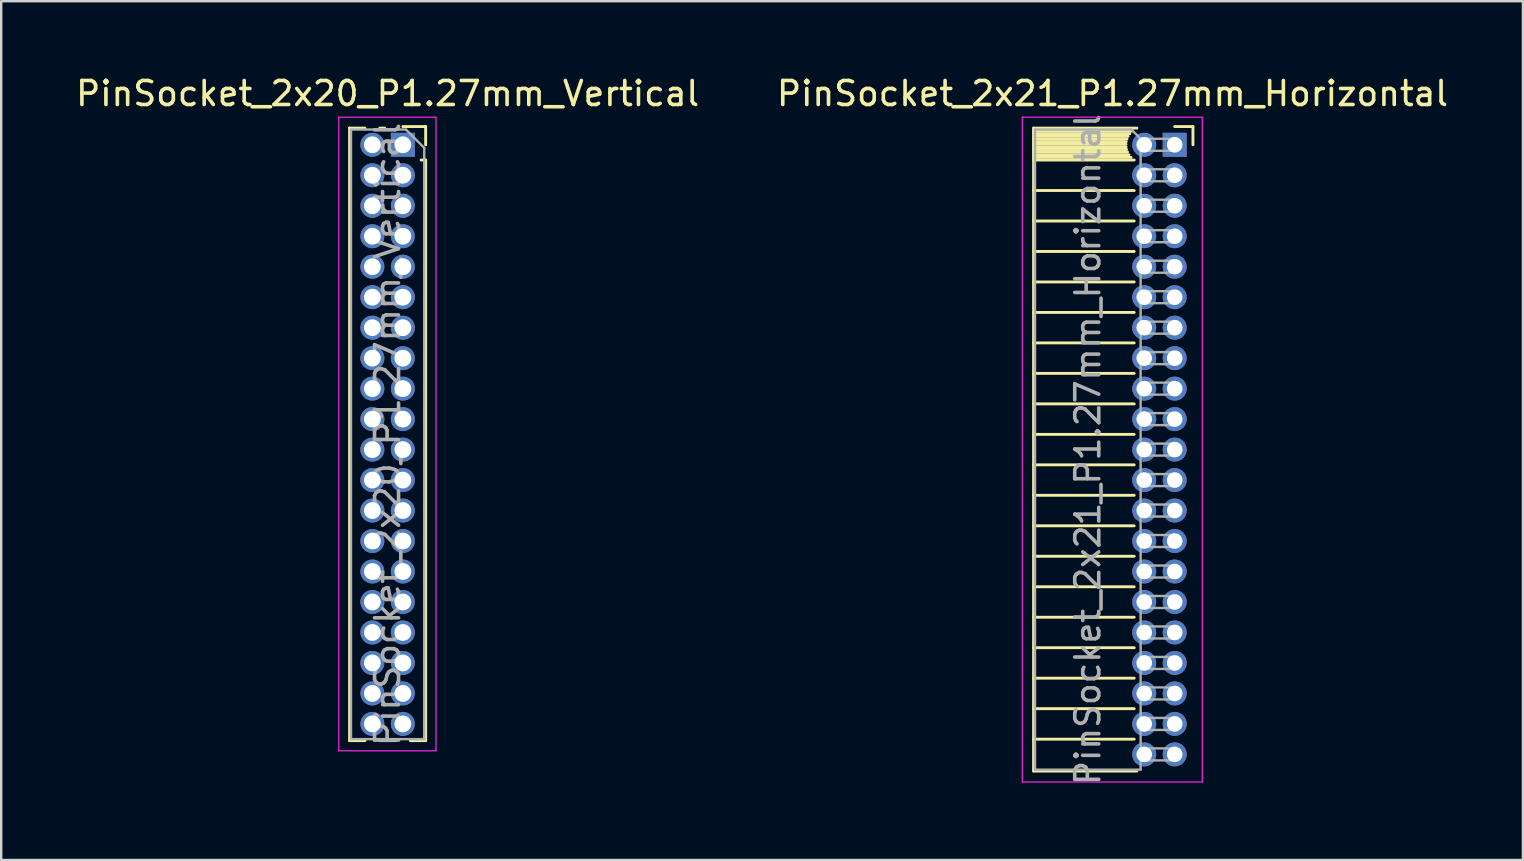
<source format=kicad_pcb>
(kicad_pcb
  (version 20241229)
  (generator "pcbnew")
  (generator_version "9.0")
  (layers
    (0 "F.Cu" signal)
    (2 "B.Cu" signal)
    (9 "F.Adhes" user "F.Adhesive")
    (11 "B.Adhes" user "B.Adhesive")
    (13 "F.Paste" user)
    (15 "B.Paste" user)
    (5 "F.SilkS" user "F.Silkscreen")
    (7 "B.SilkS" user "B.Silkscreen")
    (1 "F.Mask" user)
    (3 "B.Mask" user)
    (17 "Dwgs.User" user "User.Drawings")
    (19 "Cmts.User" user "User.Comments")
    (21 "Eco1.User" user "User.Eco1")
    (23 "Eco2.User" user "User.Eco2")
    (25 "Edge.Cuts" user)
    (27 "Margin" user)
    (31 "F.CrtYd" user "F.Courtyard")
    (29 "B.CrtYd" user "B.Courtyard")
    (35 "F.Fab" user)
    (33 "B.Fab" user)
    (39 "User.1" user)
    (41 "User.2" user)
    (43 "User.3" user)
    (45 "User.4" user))
  (footprint "PinSocket_2x20_P1.27mm_Vertical"
    (layer "F.Cu")
    (at 13.736 2.983)
    (property "Reference" "PinSocket_2x20_P1.27mm_Vertical" (at -0.635 -2.135 0) (layer "F.SilkS") (effects (font (size 1 1) (thickness 0.15))))
    (attr through_hole)
    (fp_line (start -2.22 -0.695) (end -2.22 24.825) (stroke (width 0.12) (type solid)) (layer "F.SilkS"))
    (fp_line (start -2.22 -0.695) (end -1.578 -0.695) (stroke (width 0.12) (type solid)) (layer "F.SilkS"))
    (fp_line (start -2.22 24.825) (end -1.578 24.825) (stroke (width 0.12) (type solid)) (layer "F.SilkS"))
    (fp_line (start -0.962 -0.695) (end -0.76 -0.695) (stroke (width 0.12) (type solid)) (layer "F.SilkS"))
    (fp_line (start -0.962 24.825) (end -0.308 24.825) (stroke (width 0.12) (type solid)) (layer "F.SilkS"))
    (fp_line (start 0 -0.76) (end 0.95 -0.76) (stroke (width 0.12) (type solid)) (layer "F.SilkS"))
    (fp_line (start 0.308 24.825) (end 0.95 24.825) (stroke (width 0.12) (type solid)) (layer "F.SilkS"))
    (fp_line (start 0.76 0.635) (end 0.95 0.635) (stroke (width 0.12) (type solid)) (layer "F.SilkS"))
    (fp_line (start 0.95 -0.76) (end 0.95 0) (stroke (width 0.12) (type solid)) (layer "F.SilkS"))
    (fp_line (start 0.95 0.635) (end 0.95 24.825) (stroke (width 0.12) (type solid)) (layer "F.SilkS"))
    (fp_line (start -2.67 -1.15) (end 1.38 -1.15) (stroke (width 0.05) (type solid)) (layer "F.CrtYd"))
    (fp_line (start -2.67 25.25) (end -2.67 -1.15) (stroke (width 0.05) (type solid)) (layer "F.CrtYd"))
    (fp_line (start 1.38 -1.15) (end 1.38 25.25) (stroke (width 0.05) (type solid)) (layer "F.CrtYd"))
    (fp_line (start 1.38 25.25) (end -2.67 25.25) (stroke (width 0.05) (type solid)) (layer "F.CrtYd"))
    (fp_line (start -2.16 -0.635) (end 0.128 -0.635) (stroke (width 0.1) (type solid)) (layer "F.Fab"))
    (fp_line (start -2.16 24.765) (end -2.16 -0.635) (stroke (width 0.1) (type solid)) (layer "F.Fab"))
    (fp_line (start 0.128 -0.635) (end 0.89 0.128) (stroke (width 0.1) (type solid)) (layer "F.Fab"))
    (fp_line (start 0.89 0.128) (end 0.89 24.765) (stroke (width 0.1) (type solid)) (layer "F.Fab"))
    (fp_line (start 0.89 24.765) (end -2.16 24.765) (stroke (width 0.1) (type solid)) (layer "F.Fab"))
    (fp_text user "${REFERENCE}" (at -0.635 12.065 90) (layer "F.Fab") (effects (font (size 1 1) (thickness 0.15))))
    (pad "1" thru_hole rect (at 0 0) (size 1 1) (drill 0.7) (layers "*.Cu" "*.Mask"))
    (pad "2" thru_hole circle (at -1.27 0) (size 1 1) (drill 0.7) (layers "*.Cu" "*.Mask"))
    (pad "3" thru_hole circle (at 0 1.27) (size 1 1) (drill 0.7) (layers "*.Cu" "*.Mask"))
    (pad "4" thru_hole circle (at -1.27 1.27) (size 1 1) (drill 0.7) (layers "*.Cu" "*.Mask"))
    (pad "5" thru_hole circle (at 0 2.54) (size 1 1) (drill 0.7) (layers "*.Cu" "*.Mask"))
    (pad "6" thru_hole circle (at -1.27 2.54) (size 1 1) (drill 0.7) (layers "*.Cu" "*.Mask"))
    (pad "7" thru_hole circle (at 0 3.81) (size 1 1) (drill 0.7) (layers "*.Cu" "*.Mask"))
    (pad "8" thru_hole circle (at -1.27 3.81) (size 1 1) (drill 0.7) (layers "*.Cu" "*.Mask"))
    (pad "9" thru_hole circle (at 0 5.08) (size 1 1) (drill 0.7) (layers "*.Cu" "*.Mask"))
    (pad "10" thru_hole circle (at -1.27 5.08) (size 1 1) (drill 0.7) (layers "*.Cu" "*.Mask"))
    (pad "11" thru_hole circle (at 0 6.35) (size 1 1) (drill 0.7) (layers "*.Cu" "*.Mask"))
    (pad "12" thru_hole circle (at -1.27 6.35) (size 1 1) (drill 0.7) (layers "*.Cu" "*.Mask"))
    (pad "13" thru_hole circle (at 0 7.62) (size 1 1) (drill 0.7) (layers "*.Cu" "*.Mask"))
    (pad "14" thru_hole circle (at -1.27 7.62) (size 1 1) (drill 0.7) (layers "*.Cu" "*.Mask"))
    (pad "15" thru_hole circle (at 0 8.89) (size 1 1) (drill 0.7) (layers "*.Cu" "*.Mask"))
    (pad "16" thru_hole circle (at -1.27 8.89) (size 1 1) (drill 0.7) (layers "*.Cu" "*.Mask"))
    (pad "17" thru_hole circle (at 0 10.16) (size 1 1) (drill 0.7) (layers "*.Cu" "*.Mask"))
    (pad "18" thru_hole circle (at -1.27 10.16) (size 1 1) (drill 0.7) (layers "*.Cu" "*.Mask"))
    (pad "19" thru_hole circle (at 0 11.43) (size 1 1) (drill 0.7) (layers "*.Cu" "*.Mask"))
    (pad "20" thru_hole circle (at -1.27 11.43) (size 1 1) (drill 0.7) (layers "*.Cu" "*.Mask"))
    (pad "21" thru_hole circle (at 0 12.7) (size 1 1) (drill 0.7) (layers "*.Cu" "*.Mask"))
    (pad "22" thru_hole circle (at -1.27 12.7) (size 1 1) (drill 0.7) (layers "*.Cu" "*.Mask"))
    (pad "23" thru_hole circle (at 0 13.97) (size 1 1) (drill 0.7) (layers "*.Cu" "*.Mask"))
    (pad "24" thru_hole circle (at -1.27 13.97) (size 1 1) (drill 0.7) (layers "*.Cu" "*.Mask"))
    (pad "25" thru_hole circle (at 0 15.24) (size 1 1) (drill 0.7) (layers "*.Cu" "*.Mask"))
    (pad "26" thru_hole circle (at -1.27 15.24) (size 1 1) (drill 0.7) (layers "*.Cu" "*.Mask"))
    (pad "27" thru_hole circle (at 0 16.51) (size 1 1) (drill 0.7) (layers "*.Cu" "*.Mask"))
    (pad "28" thru_hole circle (at -1.27 16.51) (size 1 1) (drill 0.7) (layers "*.Cu" "*.Mask"))
    (pad "29" thru_hole circle (at 0 17.78) (size 1 1) (drill 0.7) (layers "*.Cu" "*.Mask"))
    (pad "30" thru_hole circle (at -1.27 17.78) (size 1 1) (drill 0.7) (layers "*.Cu" "*.Mask"))
    (pad "31" thru_hole circle (at 0 19.05) (size 1 1) (drill 0.7) (layers "*.Cu" "*.Mask"))
    (pad "32" thru_hole circle (at -1.27 19.05) (size 1 1) (drill 0.7) (layers "*.Cu" "*.Mask"))
    (pad "33" thru_hole circle (at 0 20.32) (size 1 1) (drill 0.7) (layers "*.Cu" "*.Mask"))
    (pad "34" thru_hole circle (at -1.27 20.32) (size 1 1) (drill 0.7) (layers "*.Cu" "*.Mask"))
    (pad "35" thru_hole circle (at 0 21.59) (size 1 1) (drill 0.7) (layers "*.Cu" "*.Mask"))
    (pad "36" thru_hole circle (at -1.27 21.59) (size 1 1) (drill 0.7) (layers "*.Cu" "*.Mask"))
    (pad "37" thru_hole circle (at 0 22.86) (size 1 1) (drill 0.7) (layers "*.Cu" "*.Mask"))
    (pad "38" thru_hole circle (at -1.27 22.86) (size 1 1) (drill 0.7) (layers "*.Cu" "*.Mask"))
    (pad "39" thru_hole circle (at 0 24.13) (size 1 1) (drill 0.7) (layers "*.Cu" "*.Mask"))
    (pad "40" thru_hole circle (at -1.27 24.13) (size 1 1) (drill 0.7) (layers "*.Cu" "*.Mask")))
  (footprint "PinSocket_2x21_P1.27mm_Horizontal"
    (layer "F.Cu")
    (at 45.896 2.983)
    (property "Reference" "PinSocket_2x21_P1.27mm_Horizontal" (at -2.592 -2.135 0) (layer "F.SilkS") (effects (font (size 1 1) (thickness 0.15))))
    (attr through_hole)
    (fp_line (start -5.88 -0.695) (end -5.88 26.095) (stroke (width 0.12) (type solid)) (layer "F.SilkS"))
    (fp_line (start -5.88 -0.695) (end -1.578 -0.695) (stroke (width 0.12) (type solid)) (layer "F.SilkS"))
    (fp_line (start -5.88 -0.575) (end -1.767 -0.575) (stroke (width 0.12) (type solid)) (layer "F.SilkS"))
    (fp_line (start -5.88 -0.465) (end -1.871 -0.465) (stroke (width 0.12) (type solid)) (layer "F.SilkS"))
    (fp_line (start -5.88 -0.355) (end -1.942 -0.355) (stroke (width 0.12) (type solid)) (layer "F.SilkS"))
    (fp_line (start -5.88 -0.245) (end -1.989 -0.245) (stroke (width 0.12) (type solid)) (layer "F.SilkS"))
    (fp_line (start -5.88 -0.135) (end -2.018 -0.135) (stroke (width 0.12) (type solid)) (layer "F.SilkS"))
    (fp_line (start -5.88 -0.025) (end -2.03 -0.025) (stroke (width 0.12) (type solid)) (layer "F.SilkS"))
    (fp_line (start -5.88 0.085) (end -2.025 0.085) (stroke (width 0.12) (type solid)) (layer "F.SilkS"))
    (fp_line (start -5.88 0.195) (end -2.005 0.195) (stroke (width 0.12) (type solid)) (layer "F.SilkS"))
    (fp_line (start -5.88 0.305) (end -1.966 0.305) (stroke (width 0.12) (type solid)) (layer "F.SilkS"))
    (fp_line (start -5.88 0.415) (end -1.907 0.415) (stroke (width 0.12) (type solid)) (layer "F.SilkS"))
    (fp_line (start -5.88 0.525) (end -1.82 0.525) (stroke (width 0.12) (type solid)) (layer "F.SilkS"))
    (fp_line (start -5.88 0.635) (end -1.688 0.635) (stroke (width 0.12) (type solid)) (layer "F.SilkS"))
    (fp_line (start -5.88 1.905) (end -1.688 1.905) (stroke (width 0.12) (type solid)) (layer "F.SilkS"))
    (fp_line (start -5.88 3.175) (end -1.688 3.175) (stroke (width 0.12) (type solid)) (layer "F.SilkS"))
    (fp_line (start -5.88 4.445) (end -1.688 4.445) (stroke (width 0.12) (type solid)) (layer "F.SilkS"))
    (fp_line (start -5.88 5.715) (end -1.688 5.715) (stroke (width 0.12) (type solid)) (layer "F.SilkS"))
    (fp_line (start -5.88 6.985) (end -1.688 6.985) (stroke (width 0.12) (type solid)) (layer "F.SilkS"))
    (fp_line (start -5.88 8.255) (end -1.688 8.255) (stroke (width 0.12) (type solid)) (layer "F.SilkS"))
    (fp_line (start -5.88 9.525) (end -1.688 9.525) (stroke (width 0.12) (type solid)) (layer "F.SilkS"))
    (fp_line (start -5.88 10.795) (end -1.688 10.795) (stroke (width 0.12) (type solid)) (layer "F.SilkS"))
    (fp_line (start -5.88 12.065) (end -1.688 12.065) (stroke (width 0.12) (type solid)) (layer "F.SilkS"))
    (fp_line (start -5.88 13.335) (end -1.688 13.335) (stroke (width 0.12) (type solid)) (layer "F.SilkS"))
    (fp_line (start -5.88 14.605) (end -1.688 14.605) (stroke (width 0.12) (type solid)) (layer "F.SilkS"))
    (fp_line (start -5.88 15.875) (end -1.688 15.875) (stroke (width 0.12) (type solid)) (layer "F.SilkS"))
    (fp_line (start -5.88 17.145) (end -1.688 17.145) (stroke (width 0.12) (type solid)) (layer "F.SilkS"))
    (fp_line (start -5.88 18.415) (end -1.688 18.415) (stroke (width 0.12) (type solid)) (layer "F.SilkS"))
    (fp_line (start -5.88 19.685) (end -1.688 19.685) (stroke (width 0.12) (type solid)) (layer "F.SilkS"))
    (fp_line (start -5.88 20.955) (end -1.688 20.955) (stroke (width 0.12) (type solid)) (layer "F.SilkS"))
    (fp_line (start -5.88 22.225) (end -1.688 22.225) (stroke (width 0.12) (type solid)) (layer "F.SilkS"))
    (fp_line (start -5.88 23.495) (end -1.688 23.495) (stroke (width 0.12) (type solid)) (layer "F.SilkS"))
    (fp_line (start -5.88 24.765) (end -1.688 24.765) (stroke (width 0.12) (type solid)) (layer "F.SilkS"))
    (fp_line (start -5.88 26.095) (end -1.578 26.095) (stroke (width 0.12) (type solid)) (layer "F.SilkS"))
    (fp_line (start 0 -0.76) (end 0.76 -0.76) (stroke (width 0.12) (type solid)) (layer "F.SilkS"))
    (fp_line (start 0.76 -0.76) (end 0.76 0) (stroke (width 0.12) (type solid)) (layer "F.SilkS"))
    (fp_line (start -6.35 -1.15) (end -6.35 26.55) (stroke (width 0.05) (type solid)) (layer "F.CrtYd"))
    (fp_line (start -6.35 26.55) (end 1.15 26.55) (stroke (width 0.05) (type solid)) (layer "F.CrtYd"))
    (fp_line (start 1.15 -1.15) (end -6.35 -1.15) (stroke (width 0.05) (type solid)) (layer "F.CrtYd"))
    (fp_line (start 1.15 26.55) (end 1.15 -1.15) (stroke (width 0.05) (type solid)) (layer "F.CrtYd"))
    (fp_line (start -5.82 -0.635) (end -1.805 -0.635) (stroke (width 0.1) (type solid)) (layer "F.Fab"))
    (fp_line (start -5.82 26.035) (end -5.82 -0.635) (stroke (width 0.1) (type solid)) (layer "F.Fab"))
    (fp_line (start -1.805 -0.635) (end -1.42 -0.25) (stroke (width 0.1) (type solid)) (layer "F.Fab"))
    (fp_line (start -1.42 -0.25) (end -1.42 26.035) (stroke (width 0.1) (type solid)) (layer "F.Fab"))
    (fp_line (start -1.42 0.25) (end 0 0.25) (stroke (width 0.1) (type solid)) (layer "F.Fab"))
    (fp_line (start -1.42 1.52) (end 0 1.52) (stroke (width 0.1) (type solid)) (layer "F.Fab"))
    (fp_line (start -1.42 2.79) (end 0 2.79) (stroke (width 0.1) (type solid)) (layer "F.Fab"))
    (fp_line (start -1.42 4.06) (end 0 4.06) (stroke (width 0.1) (type solid)) (layer "F.Fab"))
    (fp_line (start -1.42 5.33) (end 0 5.33) (stroke (width 0.1) (type solid)) (layer "F.Fab"))
    (fp_line (start -1.42 6.6) (end 0 6.6) (stroke (width 0.1) (type solid)) (layer "F.Fab"))
    (fp_line (start -1.42 7.87) (end 0 7.87) (stroke (width 0.1) (type solid)) (layer "F.Fab"))
    (fp_line (start -1.42 9.14) (end 0 9.14) (stroke (width 0.1) (type solid)) (layer "F.Fab"))
    (fp_line (start -1.42 10.41) (end 0 10.41) (stroke (width 0.1) (type solid)) (layer "F.Fab"))
    (fp_line (start -1.42 11.68) (end 0 11.68) (stroke (width 0.1) (type solid)) (layer "F.Fab"))
    (fp_line (start -1.42 12.95) (end 0 12.95) (stroke (width 0.1) (type solid)) (layer "F.Fab"))
    (fp_line (start -1.42 14.22) (end 0 14.22) (stroke (width 0.1) (type solid)) (layer "F.Fab"))
    (fp_line (start -1.42 15.49) (end 0 15.49) (stroke (width 0.1) (type solid)) (layer "F.Fab"))
    (fp_line (start -1.42 16.76) (end 0 16.76) (stroke (width 0.1) (type solid)) (layer "F.Fab"))
    (fp_line (start -1.42 18.03) (end 0 18.03) (stroke (width 0.1) (type solid)) (layer "F.Fab"))
    (fp_line (start -1.42 19.3) (end 0 19.3) (stroke (width 0.1) (type solid)) (layer "F.Fab"))
    (fp_line (start -1.42 20.57) (end 0 20.57) (stroke (width 0.1) (type solid)) (layer "F.Fab"))
    (fp_line (start -1.42 21.84) (end 0 21.84) (stroke (width 0.1) (type solid)) (layer "F.Fab"))
    (fp_line (start -1.42 23.11) (end 0 23.11) (stroke (width 0.1) (type solid)) (layer "F.Fab"))
    (fp_line (start -1.42 24.38) (end 0 24.38) (stroke (width 0.1) (type solid)) (layer "F.Fab"))
    (fp_line (start -1.42 25.65) (end 0 25.65) (stroke (width 0.1) (type solid)) (layer "F.Fab"))
    (fp_line (start -1.42 26.035) (end -5.82 26.035) (stroke (width 0.1) (type solid)) (layer "F.Fab"))
    (fp_line (start 0 -0.25) (end -1.42 -0.25) (stroke (width 0.1) (type solid)) (layer "F.Fab"))
    (fp_line (start 0 0.25) (end 0 -0.25) (stroke (width 0.1) (type solid)) (layer "F.Fab"))
    (fp_line (start 0 1.02) (end -1.42 1.02) (stroke (width 0.1) (type solid)) (layer "F.Fab"))
    (fp_line (start 0 1.52) (end 0 1.02) (stroke (width 0.1) (type solid)) (layer "F.Fab"))
    (fp_line (start 0 2.29) (end -1.42 2.29) (stroke (width 0.1) (type solid)) (layer "F.Fab"))
    (fp_line (start 0 2.79) (end 0 2.29) (stroke (width 0.1) (type solid)) (layer "F.Fab"))
    (fp_line (start 0 3.56) (end -1.42 3.56) (stroke (width 0.1) (type solid)) (layer "F.Fab"))
    (fp_line (start 0 4.06) (end 0 3.56) (stroke (width 0.1) (type solid)) (layer "F.Fab"))
    (fp_line (start 0 4.83) (end -1.42 4.83) (stroke (width 0.1) (type solid)) (layer "F.Fab"))
    (fp_line (start 0 5.33) (end 0 4.83) (stroke (width 0.1) (type solid)) (layer "F.Fab"))
    (fp_line (start 0 6.1) (end -1.42 6.1) (stroke (width 0.1) (type solid)) (layer "F.Fab"))
    (fp_line (start 0 6.6) (end 0 6.1) (stroke (width 0.1) (type solid)) (layer "F.Fab"))
    (fp_line (start 0 7.37) (end -1.42 7.37) (stroke (width 0.1) (type solid)) (layer "F.Fab"))
    (fp_line (start 0 7.87) (end 0 7.37) (stroke (width 0.1) (type solid)) (layer "F.Fab"))
    (fp_line (start 0 8.64) (end -1.42 8.64) (stroke (width 0.1) (type solid)) (layer "F.Fab"))
    (fp_line (start 0 9.14) (end 0 8.64) (stroke (width 0.1) (type solid)) (layer "F.Fab"))
    (fp_line (start 0 9.91) (end -1.42 9.91) (stroke (width 0.1) (type solid)) (layer "F.Fab"))
    (fp_line (start 0 10.41) (end 0 9.91) (stroke (width 0.1) (type solid)) (layer "F.Fab"))
    (fp_line (start 0 11.18) (end -1.42 11.18) (stroke (width 0.1) (type solid)) (layer "F.Fab"))
    (fp_line (start 0 11.68) (end 0 11.18) (stroke (width 0.1) (type solid)) (layer "F.Fab"))
    (fp_line (start 0 12.45) (end -1.42 12.45) (stroke (width 0.1) (type solid)) (layer "F.Fab"))
    (fp_line (start 0 12.95) (end 0 12.45) (stroke (width 0.1) (type solid)) (layer "F.Fab"))
    (fp_line (start 0 13.72) (end -1.42 13.72) (stroke (width 0.1) (type solid)) (layer "F.Fab"))
    (fp_line (start 0 14.22) (end 0 13.72) (stroke (width 0.1) (type solid)) (layer "F.Fab"))
    (fp_line (start 0 14.99) (end -1.42 14.99) (stroke (width 0.1) (type solid)) (layer "F.Fab"))
    (fp_line (start 0 15.49) (end 0 14.99) (stroke (width 0.1) (type solid)) (layer "F.Fab"))
    (fp_line (start 0 16.26) (end -1.42 16.26) (stroke (width 0.1) (type solid)) (layer "F.Fab"))
    (fp_line (start 0 16.76) (end 0 16.26) (stroke (width 0.1) (type solid)) (layer "F.Fab"))
    (fp_line (start 0 17.53) (end -1.42 17.53) (stroke (width 0.1) (type solid)) (layer "F.Fab"))
    (fp_line (start 0 18.03) (end 0 17.53) (stroke (width 0.1) (type solid)) (layer "F.Fab"))
    (fp_line (start 0 18.8) (end -1.42 18.8) (stroke (width 0.1) (type solid)) (layer "F.Fab"))
    (fp_line (start 0 19.3) (end 0 18.8) (stroke (width 0.1) (type solid)) (layer "F.Fab"))
    (fp_line (start 0 20.07) (end -1.42 20.07) (stroke (width 0.1) (type solid)) (layer "F.Fab"))
    (fp_line (start 0 20.57) (end 0 20.07) (stroke (width 0.1) (type solid)) (layer "F.Fab"))
    (fp_line (start 0 21.34) (end -1.42 21.34) (stroke (width 0.1) (type solid)) (layer "F.Fab"))
    (fp_line (start 0 21.84) (end 0 21.34) (stroke (width 0.1) (type solid)) (layer "F.Fab"))
    (fp_line (start 0 22.61) (end -1.42 22.61) (stroke (width 0.1) (type solid)) (layer "F.Fab"))
    (fp_line (start 0 23.11) (end 0 22.61) (stroke (width 0.1) (type solid)) (layer "F.Fab"))
    (fp_line (start 0 23.88) (end -1.42 23.88) (stroke (width 0.1) (type solid)) (layer "F.Fab"))
    (fp_line (start 0 24.38) (end 0 23.88) (stroke (width 0.1) (type solid)) (layer "F.Fab"))
    (fp_line (start 0 25.15) (end -1.42 25.15) (stroke (width 0.1) (type solid)) (layer "F.Fab"))
    (fp_line (start 0 25.65) (end 0 25.15) (stroke (width 0.1) (type solid)) (layer "F.Fab"))
    (fp_text user "${REFERENCE}" (at -3.62 12.7 90) (layer "F.Fab") (effects (font (size 1 1) (thickness 0.15))))
    (pad "1" thru_hole rect (at 0 0) (size 1 1) (drill 0.65) (layers "*.Cu" "*.Mask"))
    (pad "2" thru_hole circle (at -1.27 0) (size 1 1) (drill 0.65) (layers "*.Cu" "*.Mask"))
    (pad "3" thru_hole circle (at 0 1.27) (size 1 1) (drill 0.65) (layers "*.Cu" "*.Mask"))
    (pad "4" thru_hole circle (at -1.27 1.27) (size 1 1) (drill 0.65) (layers "*.Cu" "*.Mask"))
    (pad "5" thru_hole circle (at 0 2.54) (size 1 1) (drill 0.65) (layers "*.Cu" "*.Mask"))
    (pad "6" thru_hole circle (at -1.27 2.54) (size 1 1) (drill 0.65) (layers "*.Cu" "*.Mask"))
    (pad "7" thru_hole circle (at 0 3.81) (size 1 1) (drill 0.65) (layers "*.Cu" "*.Mask"))
    (pad "8" thru_hole circle (at -1.27 3.81) (size 1 1) (drill 0.65) (layers "*.Cu" "*.Mask"))
    (pad "9" thru_hole circle (at 0 5.08) (size 1 1) (drill 0.65) (layers "*.Cu" "*.Mask"))
    (pad "10" thru_hole circle (at -1.27 5.08) (size 1 1) (drill 0.65) (layers "*.Cu" "*.Mask"))
    (pad "11" thru_hole circle (at 0 6.35) (size 1 1) (drill 0.65) (layers "*.Cu" "*.Mask"))
    (pad "12" thru_hole circle (at -1.27 6.35) (size 1 1) (drill 0.65) (layers "*.Cu" "*.Mask"))
    (pad "13" thru_hole circle (at 0 7.62) (size 1 1) (drill 0.65) (layers "*.Cu" "*.Mask"))
    (pad "14" thru_hole circle (at -1.27 7.62) (size 1 1) (drill 0.65) (layers "*.Cu" "*.Mask"))
    (pad "15" thru_hole circle (at 0 8.89) (size 1 1) (drill 0.65) (layers "*.Cu" "*.Mask"))
    (pad "16" thru_hole circle (at -1.27 8.89) (size 1 1) (drill 0.65) (layers "*.Cu" "*.Mask"))
    (pad "17" thru_hole circle (at 0 10.16) (size 1 1) (drill 0.65) (layers "*.Cu" "*.Mask"))
    (pad "18" thru_hole circle (at -1.27 10.16) (size 1 1) (drill 0.65) (layers "*.Cu" "*.Mask"))
    (pad "19" thru_hole circle (at 0 11.43) (size 1 1) (drill 0.65) (layers "*.Cu" "*.Mask"))
    (pad "20" thru_hole circle (at -1.27 11.43) (size 1 1) (drill 0.65) (layers "*.Cu" "*.Mask"))
    (pad "21" thru_hole circle (at 0 12.7) (size 1 1) (drill 0.65) (layers "*.Cu" "*.Mask"))
    (pad "22" thru_hole circle (at -1.27 12.7) (size 1 1) (drill 0.65) (layers "*.Cu" "*.Mask"))
    (pad "23" thru_hole circle (at 0 13.97) (size 1 1) (drill 0.65) (layers "*.Cu" "*.Mask"))
    (pad "24" thru_hole circle (at -1.27 13.97) (size 1 1) (drill 0.65) (layers "*.Cu" "*.Mask"))
    (pad "25" thru_hole circle (at 0 15.24) (size 1 1) (drill 0.65) (layers "*.Cu" "*.Mask"))
    (pad "26" thru_hole circle (at -1.27 15.24) (size 1 1) (drill 0.65) (layers "*.Cu" "*.Mask"))
    (pad "27" thru_hole circle (at 0 16.51) (size 1 1) (drill 0.65) (layers "*.Cu" "*.Mask"))
    (pad "28" thru_hole circle (at -1.27 16.51) (size 1 1) (drill 0.65) (layers "*.Cu" "*.Mask"))
    (pad "29" thru_hole circle (at 0 17.78) (size 1 1) (drill 0.65) (layers "*.Cu" "*.Mask"))
    (pad "30" thru_hole circle (at -1.27 17.78) (size 1 1) (drill 0.65) (layers "*.Cu" "*.Mask"))
    (pad "31" thru_hole circle (at 0 19.05) (size 1 1) (drill 0.65) (layers "*.Cu" "*.Mask"))
    (pad "32" thru_hole circle (at -1.27 19.05) (size 1 1) (drill 0.65) (layers "*.Cu" "*.Mask"))
    (pad "33" thru_hole circle (at 0 20.32) (size 1 1) (drill 0.65) (layers "*.Cu" "*.Mask"))
    (pad "34" thru_hole circle (at -1.27 20.32) (size 1 1) (drill 0.65) (layers "*.Cu" "*.Mask"))
    (pad "35" thru_hole circle (at 0 21.59) (size 1 1) (drill 0.65) (layers "*.Cu" "*.Mask"))
    (pad "36" thru_hole circle (at -1.27 21.59) (size 1 1) (drill 0.65) (layers "*.Cu" "*.Mask"))
    (pad "37" thru_hole circle (at 0 22.86) (size 1 1) (drill 0.65) (layers "*.Cu" "*.Mask"))
    (pad "38" thru_hole circle (at -1.27 22.86) (size 1 1) (drill 0.65) (layers "*.Cu" "*.Mask"))
    (pad "39" thru_hole circle (at 0 24.13) (size 1 1) (drill 0.65) (layers "*.Cu" "*.Mask"))
    (pad "40" thru_hole circle (at -1.27 24.13) (size 1 1) (drill 0.65) (layers "*.Cu" "*.Mask"))
    (pad "41" thru_hole circle (at 0 25.4) (size 1 1) (drill 0.65) (layers "*.Cu" "*.Mask"))
    (pad "42" thru_hole circle (at -1.27 25.4) (size 1 1) (drill 0.65) (layers "*.Cu" "*.Mask")))
  (gr_rect
    (start -3 -3)
    (end 60.405 32.784)
    (stroke (width 0.1) (type default))
    (fill no)
    (layer "Edge.Cuts")))
</source>
